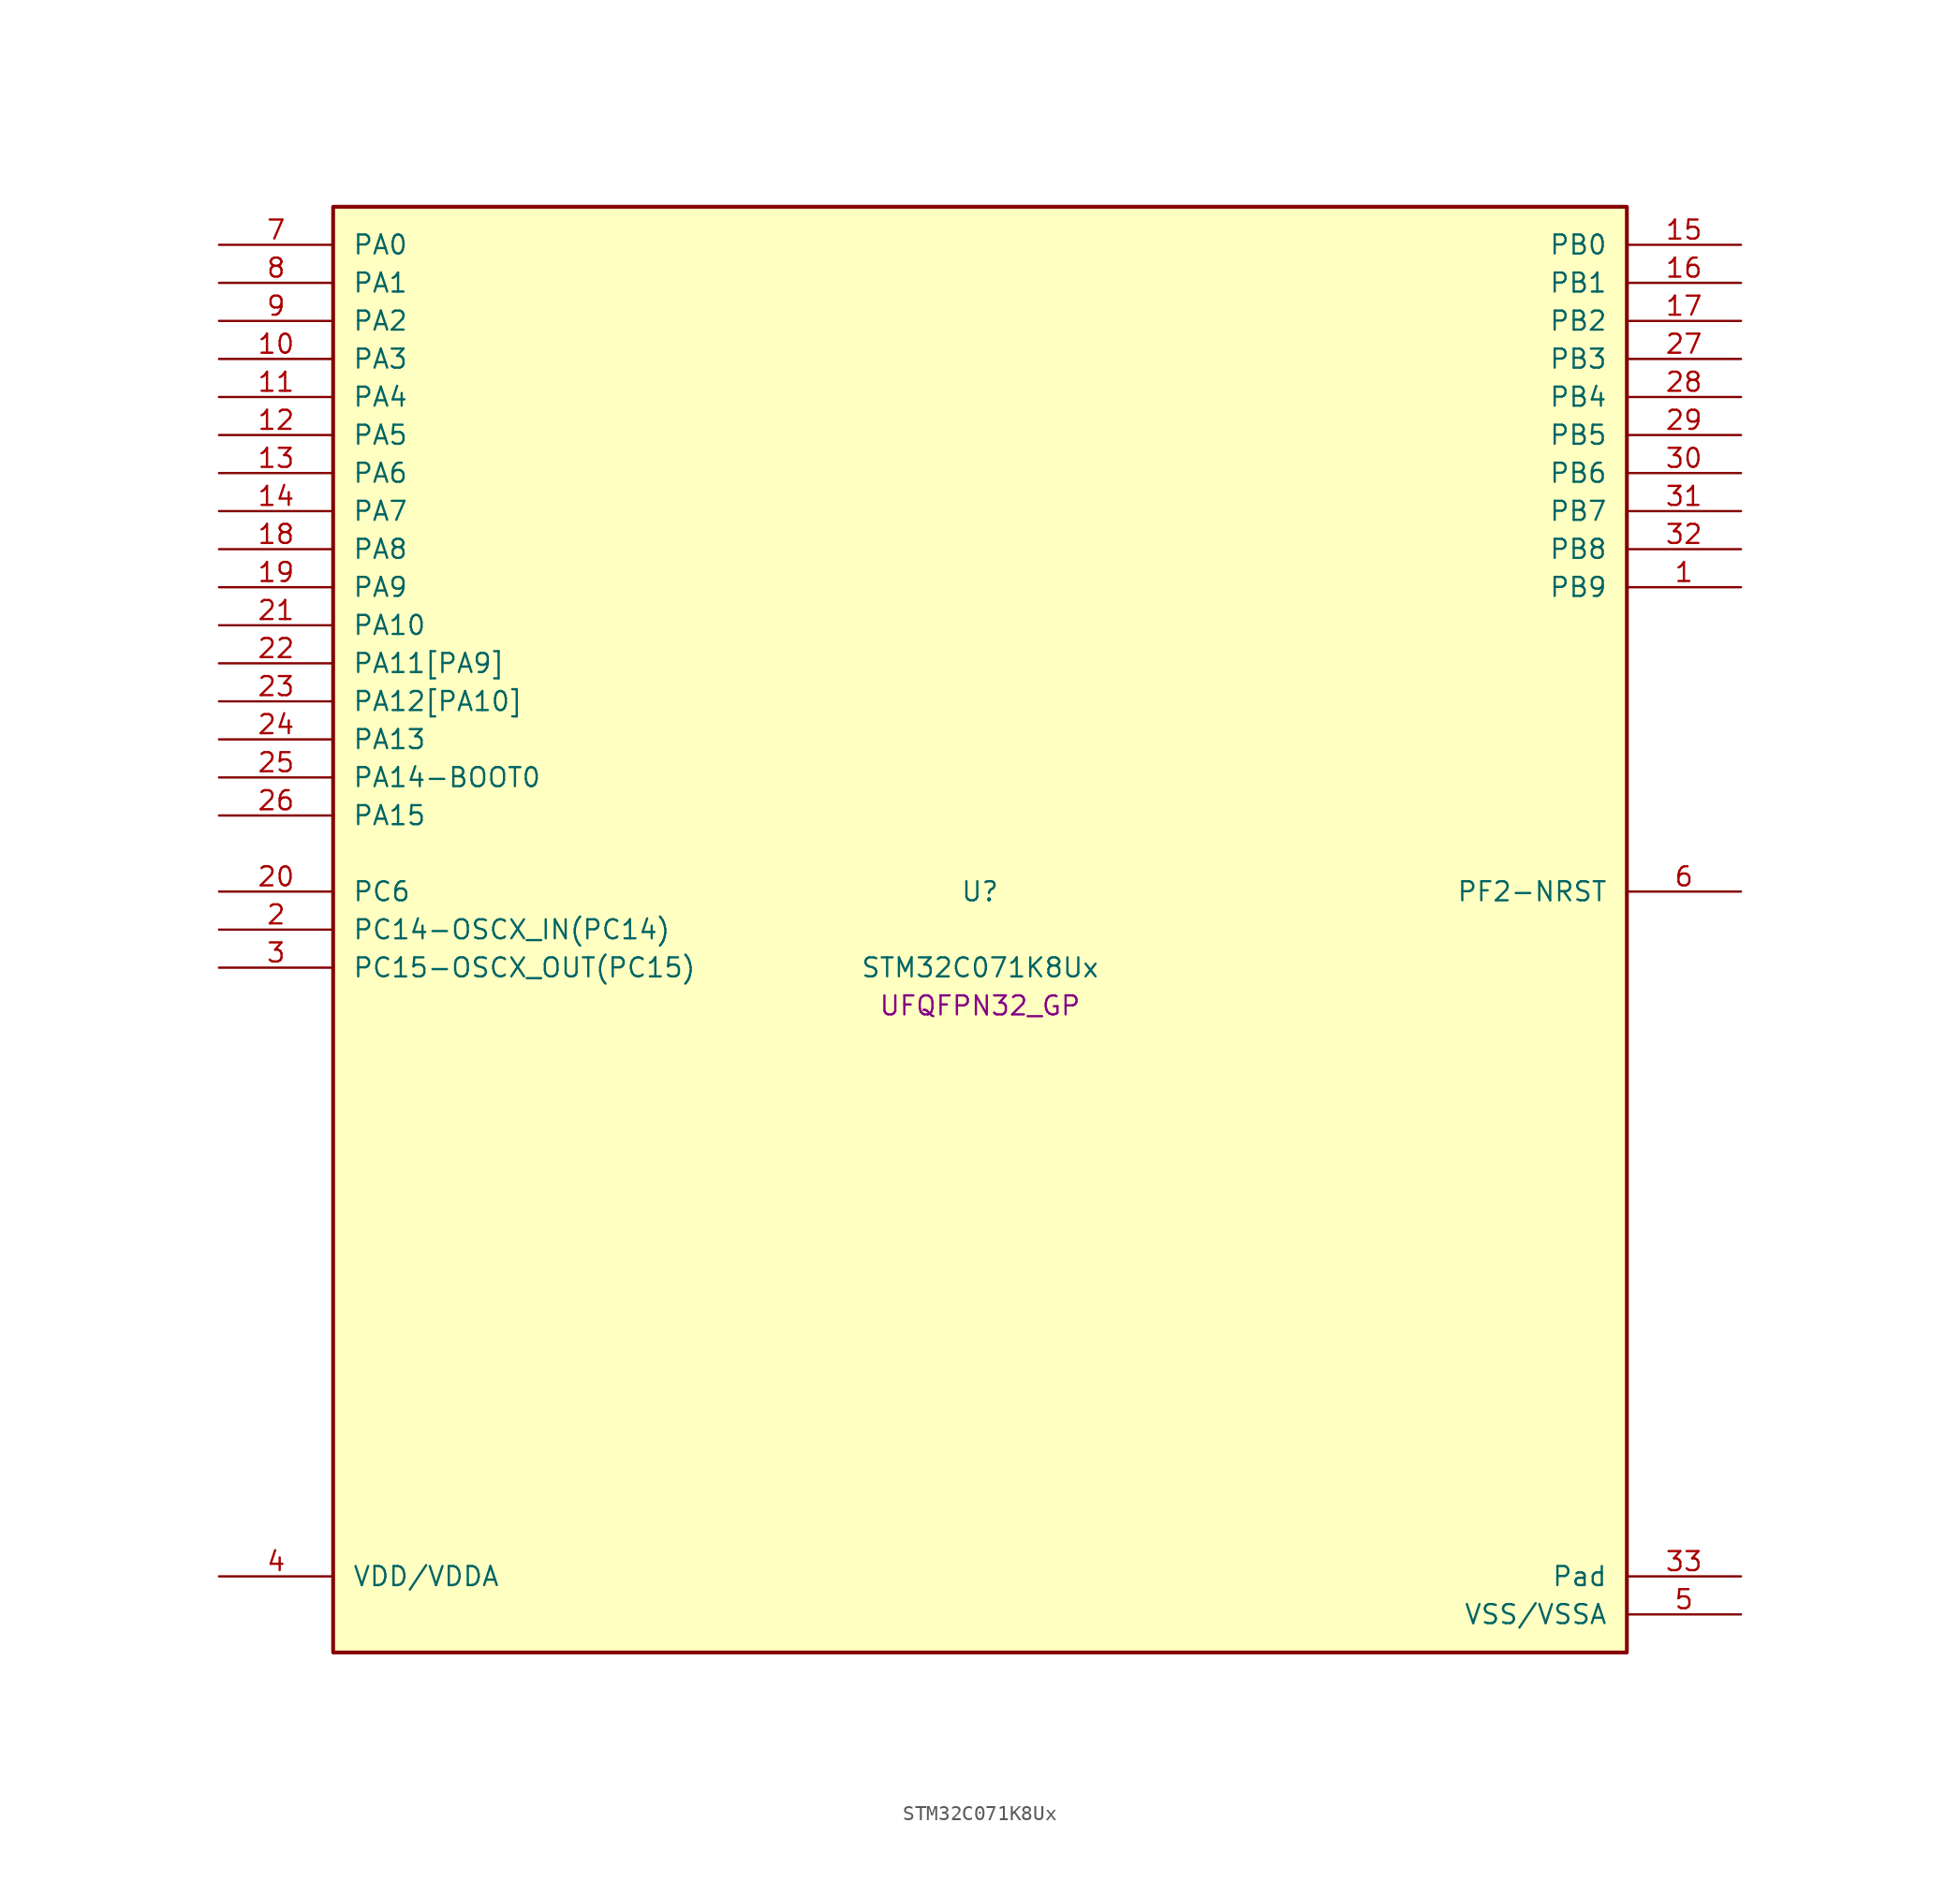
<source format=kicad_sym>
(kicad_symbol_lib
  (version 20241209)
  (generator "stm32_pkl_generator")
  (generator_version "1.0")
  (symbol "STM32C071K8Ux"
    (pin_names
      (offset 1.27))
    (property "Reference" "U"
      (at 0 2.54 0))
    (property "Value" "STM32C071K8Ux"
      (at 0 -2.54 0))
    (property "Footprint" "UFQFPN32_GP"
      (at 0 -5.08 0))
    (symbol "STM32C071K8Ux_1_1"
      (rectangle (start -43.18 48.26) (end 43.18 -48.26) (stroke (width 0.254) (type solid)) (fill (type background)))
      (pin bidirectional line (at -50.8 45.72 0) (length 7.62) (name "PA0") (number "7") (alternate "PA0/ADC1_IN0" bidirectional line) (alternate "PA0/PWR_WKUP1" bidirectional line) (alternate "PA0/SPI2_SCK" bidirectional line) (alternate "PA0/TIM16_CH1" bidirectional line) (alternate "PA0/TIM1_CH1" bidirectional line) (alternate "PA0/TIM2_CH1" bidirectional line) (alternate "PA0/TIM2_ETR" bidirectional line) (alternate "PA0/USART1_TX" bidirectional line) (alternate "PA0/USART2_CTS" bidirectional line) (alternate "PA0/USART2_NSS" bidirectional line))
      (pin bidirectional line (at -50.8 43.18 0) (length 7.62) (name "PA1") (number "8") (alternate "PA1/ADC1_IN1" bidirectional line) (alternate "PA1/I2C1_SMBA" bidirectional line) (alternate "PA1/I2S1_CK" bidirectional line) (alternate "PA1/SPI1_SCK" bidirectional line) (alternate "PA1/TIM17_CH1" bidirectional line) (alternate "PA1/TIM1_CH2" bidirectional line) (alternate "PA1/TIM2_CH2" bidirectional line) (alternate "PA1/USART1_RX" bidirectional line) (alternate "PA1/USART2_CK" bidirectional line) (alternate "PA1/USART2_DE" bidirectional line) (alternate "PA1/USART2_RTS" bidirectional line))
      (pin bidirectional line (at -50.8 40.64 0) (length 7.62) (name "PA2") (number "9") (alternate "PA2/ADC1_IN2" bidirectional line) (alternate "PA2/I2S1_SD" bidirectional line) (alternate "PA2/PWR_WKUP4" bidirectional line) (alternate "PA2/RCC_LSCO" bidirectional line) (alternate "PA2/SPI1_MOSI" bidirectional line) (alternate "PA2/TIM16_CH1N" bidirectional line) (alternate "PA2/TIM1_CH3" bidirectional line) (alternate "PA2/TIM2_CH3" bidirectional line) (alternate "PA2/TIM3_ETR" bidirectional line) (alternate "PA2/USART2_TX" bidirectional line))
      (pin bidirectional line (at -50.8 38.1 0) (length 7.62) (name "PA3") (number "10") (alternate "PA3/ADC1_IN3" bidirectional line) (alternate "PA3/SPI2_MISO" bidirectional line) (alternate "PA3/TIM1_CH1N" bidirectional line) (alternate "PA3/TIM1_CH4" bidirectional line) (alternate "PA3/TIM2_CH4" bidirectional line) (alternate "PA3/USART2_RX" bidirectional line))
      (pin bidirectional line (at -50.8 35.56 0) (length 7.62) (name "PA4") (number "11") (alternate "PA4/ADC1_IN4" bidirectional line) (alternate "PA4/I2S1_WS" bidirectional line) (alternate "PA4/PWR_WKUP2" bidirectional line) (alternate "PA4/RTC_OUT1" bidirectional line) (alternate "PA4/RTC_TS" bidirectional line) (alternate "PA4/SPI1_NSS" bidirectional line) (alternate "PA4/SPI2_MOSI" bidirectional line) (alternate "PA4/TIM14_CH1" bidirectional line) (alternate "PA4/TIM17_CH1N" bidirectional line) (alternate "PA4/TIM1_CH2N" bidirectional line) (alternate "PA4/USART2_TX" bidirectional line) (alternate "PA4/USB_NOE" bidirectional line))
      (pin bidirectional line (at -50.8 33.02 0) (length 7.62) (name "PA5") (number "12") (alternate "PA5/ADC1_IN5" bidirectional line) (alternate "PA5/I2S1_CK" bidirectional line) (alternate "PA5/SPI1_SCK" bidirectional line) (alternate "PA5/TIM1_CH1" bidirectional line) (alternate "PA5/TIM1_CH3N" bidirectional line) (alternate "PA5/TIM2_CH1" bidirectional line) (alternate "PA5/TIM2_ETR" bidirectional line) (alternate "PA5/USART2_RX" bidirectional line))
      (pin bidirectional line (at -50.8 30.48 0) (length 7.62) (name "PA6") (number "13") (alternate "PA6/ADC1_IN6" bidirectional line) (alternate "PA6/I2C2_SDA" bidirectional line) (alternate "PA6/I2S1_MCK" bidirectional line) (alternate "PA6/SPI1_MISO" bidirectional line) (alternate "PA6/TIM16_CH1" bidirectional line) (alternate "PA6/TIM1_BKIN" bidirectional line) (alternate "PA6/TIM3_CH1" bidirectional line))
      (pin bidirectional line (at -50.8 27.94 0) (length 7.62) (name "PA7") (number "14") (alternate "PA7/ADC1_IN7" bidirectional line) (alternate "PA7/I2C2_SCL" bidirectional line) (alternate "PA7/I2S1_SD" bidirectional line) (alternate "PA7/SPI1_MOSI" bidirectional line) (alternate "PA7/TIM14_CH1" bidirectional line) (alternate "PA7/TIM17_CH1" bidirectional line) (alternate "PA7/TIM1_CH1N" bidirectional line) (alternate "PA7/TIM3_CH2" bidirectional line))
      (pin bidirectional line (at -50.8 25.4 0) (length 7.62) (name "PA8") (number "18") (alternate "PA8/ADC1_IN8" bidirectional line) (alternate "PA8/CRS_SYNC" bidirectional line) (alternate "PA8/I2S1_WS" bidirectional line) (alternate "PA8/RCC_MCO" bidirectional line) (alternate "PA8/RCC_MCO_2" bidirectional line) (alternate "PA8/SPI1_NSS" bidirectional line) (alternate "PA8/SPI2_MISO" bidirectional line) (alternate "PA8/SPI2_NSS" bidirectional line) (alternate "PA8/TIM14_CH1" bidirectional line) (alternate "PA8/TIM1_CH1" bidirectional line) (alternate "PA8/TIM1_CH2N" bidirectional line) (alternate "PA8/TIM1_CH3N" bidirectional line) (alternate "PA8/TIM3_CH3" bidirectional line) (alternate "PA8/TIM3_CH4" bidirectional line) (alternate "PA8/USART1_RX" bidirectional line) (alternate "PA8/USART2_TX" bidirectional line))
      (pin bidirectional line (at -50.8 22.86 0) (length 7.62) (name "PA9") (number "19") (alternate "PA9/I2C1_SCL" bidirectional line) (alternate "PA9/I2C2_SCL" bidirectional line) (alternate "PA9/RCC_MCO" bidirectional line) (alternate "PA9/SPI2_MISO" bidirectional line) (alternate "PA9/TIM1_CH2" bidirectional line) (alternate "PA9/TIM3_ETR" bidirectional line) (alternate "PA9/USART1_TX" bidirectional line) (alternate "PA9/NC" bidirectional line))
      (pin bidirectional line (at -50.8 20.32 0) (length 7.62) (name "PA10") (number "21") (alternate "PA10/I2C1_SDA" bidirectional line) (alternate "PA10/I2C2_SDA" bidirectional line) (alternate "PA10/RCC_MCO_2" bidirectional line) (alternate "PA10/SPI2_MOSI" bidirectional line) (alternate "PA10/TIM17_BKIN" bidirectional line) (alternate "PA10/TIM1_CH3" bidirectional line) (alternate "PA10/USART1_RX" bidirectional line) (alternate "PA10/NC" bidirectional line))
      (pin bidirectional line (at -50.8 17.78 0) (length 7.62) (name "PA11[PA9]") (number "22") (alternate "PA11[PA9]/ADC1_EXTI11" bidirectional line) (alternate "PA11[PA9]/I2C2_SCL" bidirectional line) (alternate "PA11[PA9]/I2S1_MCK" bidirectional line) (alternate "PA11[PA9]/SPI1_MISO" bidirectional line) (alternate "PA11[PA9]/TIM1_BKIN2" bidirectional line) (alternate "PA11[PA9]/TIM1_CH4" bidirectional line) (alternate "PA11[PA9]/USART1_CTS" bidirectional line) (alternate "PA11[PA9]/USART1_NSS" bidirectional line) (alternate "PA11[PA9]/USB_DM" bidirectional line) (alternate "PA11[PA9]/PA9[PA11]" bidirectional line) (alternate "PA11[PA9]/I2C1_SCL" bidirectional line) (alternate "PA11[PA9]/RCC_MCO" bidirectional line) (alternate "PA11[PA9]/SPI2_MISO" bidirectional line) (alternate "PA11[PA9]/TIM1_CH2" bidirectional line) (alternate "PA11[PA9]/TIM3_ETR" bidirectional line) (alternate "PA11[PA9]/USART1_TX" bidirectional line))
      (pin bidirectional line (at -50.8 15.24 0) (length 7.62) (name "PA12[PA10]") (number "23") (alternate "PA12[PA10]/I2C2_SDA" bidirectional line) (alternate "PA12[PA10]/I2S1_SD" bidirectional line) (alternate "PA12[PA10]/I2S_CKIN" bidirectional line) (alternate "PA12[PA10]/SPI1_MOSI" bidirectional line) (alternate "PA12[PA10]/TIM1_ETR" bidirectional line) (alternate "PA12[PA10]/USART1_CK" bidirectional line) (alternate "PA12[PA10]/USART1_DE" bidirectional line) (alternate "PA12[PA10]/USART1_RTS" bidirectional line) (alternate "PA12[PA10]/USB_DP" bidirectional line) (alternate "PA12[PA10]/PA10[PA12]" bidirectional line) (alternate "PA12[PA10]/I2C1_SDA" bidirectional line) (alternate "PA12[PA10]/RCC_MCO_2" bidirectional line) (alternate "PA12[PA10]/SPI2_MOSI" bidirectional line) (alternate "PA12[PA10]/TIM17_BKIN" bidirectional line) (alternate "PA12[PA10]/TIM1_CH3" bidirectional line) (alternate "PA12[PA10]/USART1_RX" bidirectional line))
      (pin bidirectional line (at -50.8 12.7 0) (length 7.62) (name "PA13") (number "24") (alternate "PA13/ADC1_IN13" bidirectional line) (alternate "PA13/DEBUG_SWDIO" bidirectional line) (alternate "PA13/IR_OUT" bidirectional line) (alternate "PA13/TIM3_ETR" bidirectional line) (alternate "PA13/USART2_RX" bidirectional line) (alternate "PA13/USB_NOE" bidirectional line))
      (pin bidirectional line (at -50.8 10.16 0) (length 7.62) (name "PA14-BOOT0") (number "25") (alternate "PA14-BOOT0/ADC1_IN14" bidirectional line) (alternate "PA14-BOOT0/DEBUG_SWCLK" bidirectional line) (alternate "PA14-BOOT0/I2S1_WS" bidirectional line) (alternate "PA14-BOOT0/RCC_MCO_2" bidirectional line) (alternate "PA14-BOOT0/SPI1_NSS" bidirectional line) (alternate "PA14-BOOT0/TIM1_CH1" bidirectional line) (alternate "PA14-BOOT0/USART1_CK" bidirectional line) (alternate "PA14-BOOT0/USART1_DE" bidirectional line) (alternate "PA14-BOOT0/USART1_RTS" bidirectional line) (alternate "PA14-BOOT0/USART2_RX" bidirectional line) (alternate "PA14-BOOT0/USART2_TX" bidirectional line))
      (pin bidirectional line (at -50.8 7.62 0) (length 7.62) (name "PA15") (number "26") (alternate "PA15/I2S1_WS" bidirectional line) (alternate "PA15/RCC_MCO_2" bidirectional line) (alternate "PA15/SPI1_NSS" bidirectional line) (alternate "PA15/TIM1_CH1" bidirectional line) (alternate "PA15/TIM2_CH1" bidirectional line) (alternate "PA15/TIM2_ETR" bidirectional line) (alternate "PA15/USART1_CK" bidirectional line) (alternate "PA15/USART1_DE" bidirectional line) (alternate "PA15/USART1_RTS" bidirectional line) (alternate "PA15/USART2_RX" bidirectional line) (alternate "PA15/USB_NOE" bidirectional line))
      (pin bidirectional line (at 50.8 45.72 180) (length 7.62) (name "PB0") (number "15") (alternate "PB0/ADC1_IN17" bidirectional line) (alternate "PB0/I2S1_WS" bidirectional line) (alternate "PB0/SPI1_NSS" bidirectional line) (alternate "PB0/TIM1_CH2N" bidirectional line) (alternate "PB0/TIM3_CH3" bidirectional line))
      (pin bidirectional line (at 50.8 43.18 180) (length 7.62) (name "PB1") (number "16") (alternate "PB1/ADC1_IN18" bidirectional line) (alternate "PB1/TIM14_CH1" bidirectional line) (alternate "PB1/TIM1_CH2N" bidirectional line) (alternate "PB1/TIM1_CH3N" bidirectional line) (alternate "PB1/TIM3_CH4" bidirectional line))
      (pin bidirectional line (at 50.8 40.64 180) (length 7.62) (name "PB2") (number "17") (alternate "PB2/ADC1_IN19" bidirectional line) (alternate "PB2/RCC_MCO_2" bidirectional line) (alternate "PB2/SPI2_MISO" bidirectional line) (alternate "PB2/USART1_RX" bidirectional line))
      (pin bidirectional line (at 50.8 38.1 180) (length 7.62) (name "PB3") (number "27") (alternate "PB3/I2C2_SCL" bidirectional line) (alternate "PB3/I2S1_CK" bidirectional line) (alternate "PB3/SPI1_SCK" bidirectional line) (alternate "PB3/TIM1_CH2" bidirectional line) (alternate "PB3/TIM2_CH2" bidirectional line) (alternate "PB3/TIM3_CH2" bidirectional line) (alternate "PB3/USART1_CK" bidirectional line) (alternate "PB3/USART1_DE" bidirectional line) (alternate "PB3/USART1_RTS" bidirectional line))
      (pin bidirectional line (at 50.8 35.56 180) (length 7.62) (name "PB4") (number "28") (alternate "PB4/I2C2_SDA" bidirectional line) (alternate "PB4/I2S1_MCK" bidirectional line) (alternate "PB4/SPI1_MISO" bidirectional line) (alternate "PB4/TIM17_BKIN" bidirectional line) (alternate "PB4/TIM3_CH1" bidirectional line) (alternate "PB4/USART1_CTS" bidirectional line) (alternate "PB4/USART1_NSS" bidirectional line))
      (pin bidirectional line (at 50.8 33.02 180) (length 7.62) (name "PB5") (number "29") (alternate "PB5/I2C1_SMBA" bidirectional line) (alternate "PB5/I2S1_SD" bidirectional line) (alternate "PB5/PWR_WKUP6" bidirectional line) (alternate "PB5/SPI1_MOSI" bidirectional line) (alternate "PB5/TIM16_BKIN" bidirectional line) (alternate "PB5/TIM3_CH2" bidirectional line) (alternate "PB5/TIM3_CH3" bidirectional line))
      (pin bidirectional line (at 50.8 30.48 180) (length 7.62) (name "PB6") (number "30") (alternate "PB6/I2C1_SCL" bidirectional line) (alternate "PB6/I2C1_SMBA" bidirectional line) (alternate "PB6/I2S1_CK" bidirectional line) (alternate "PB6/I2S1_MCK" bidirectional line) (alternate "PB6/I2S1_SD" bidirectional line) (alternate "PB6/PWR_WKUP3" bidirectional line) (alternate "PB6/SPI1_MISO" bidirectional line) (alternate "PB6/SPI1_MOSI" bidirectional line) (alternate "PB6/SPI1_SCK" bidirectional line) (alternate "PB6/SPI2_MISO" bidirectional line) (alternate "PB6/TIM16_BKIN" bidirectional line) (alternate "PB6/TIM16_CH1N" bidirectional line) (alternate "PB6/TIM17_BKIN" bidirectional line) (alternate "PB6/TIM1_CH2" bidirectional line) (alternate "PB6/TIM1_CH3" bidirectional line) (alternate "PB6/TIM3_CH1" bidirectional line) (alternate "PB6/TIM3_CH2" bidirectional line) (alternate "PB6/TIM3_CH3" bidirectional line) (alternate "PB6/USART1_CTS" bidirectional line) (alternate "PB6/USART1_NSS" bidirectional line) (alternate "PB6/USART1_TX" bidirectional line))
      (pin bidirectional line (at 50.8 27.94 180) (length 7.62) (name "PB7") (number "31") (alternate "PB7/I2C1_SCL" bidirectional line) (alternate "PB7/I2C1_SDA" bidirectional line) (alternate "PB7/RTC_REFIN" bidirectional line) (alternate "PB7/SPI2_MOSI" bidirectional line) (alternate "PB7/TIM16_CH1" bidirectional line) (alternate "PB7/TIM17_CH1N" bidirectional line) (alternate "PB7/TIM1_CH4" bidirectional line) (alternate "PB7/TIM3_CH1" bidirectional line) (alternate "PB7/TIM3_CH4" bidirectional line) (alternate "PB7/USART1_RX" bidirectional line) (alternate "PB7/USART2_CTS" bidirectional line) (alternate "PB7/USART2_NSS" bidirectional line))
      (pin bidirectional line (at 50.8 25.4 180) (length 7.62) (name "PB8") (number "32") (alternate "PB8/I2C1_SCL" bidirectional line) (alternate "PB8/SPI2_SCK" bidirectional line) (alternate "PB8/TIM16_CH1" bidirectional line) (alternate "PB8/TIM3_CH1" bidirectional line) (alternate "PB8/USART2_CTS" bidirectional line) (alternate "PB8/USART2_NSS" bidirectional line))
      (pin bidirectional line (at 50.8 22.86 180) (length 7.62) (name "PB9") (number "1") (alternate "PB9/I2C1_SDA" bidirectional line) (alternate "PB9/IR_OUT" bidirectional line) (alternate "PB9/SPI2_NSS" bidirectional line) (alternate "PB9/TIM17_CH1" bidirectional line) (alternate "PB9/TIM3_CH2" bidirectional line) (alternate "PB9/USART2_CK" bidirectional line) (alternate "PB9/USART2_DE" bidirectional line) (alternate "PB9/USART2_RTS" bidirectional line))
      (pin bidirectional line (at -50.8 2.54 0) (length 7.62) (name "PC6") (number "20") (alternate "PC6/TIM2_CH3" bidirectional line) (alternate "PC6/TIM3_CH1" bidirectional line))
      (pin bidirectional line (at -50.8 0 0) (length 7.62) (name "PC14-OSCX_IN(PC14)") (number "2") (alternate "PC14-OSCX_IN(PC14)/I2C1_SDA" bidirectional line) (alternate "PC14-OSCX_IN(PC14)/IR_OUT" bidirectional line) (alternate "PC14-OSCX_IN(PC14)/RCC_OSCX_IN" bidirectional line) (alternate "PC14-OSCX_IN(PC14)/SPI2_NSS" bidirectional line) (alternate "PC14-OSCX_IN(PC14)/TIM17_CH1" bidirectional line) (alternate "PC14-OSCX_IN(PC14)/TIM1_BKIN2" bidirectional line) (alternate "PC14-OSCX_IN(PC14)/TIM1_ETR" bidirectional line) (alternate "PC14-OSCX_IN(PC14)/TIM3_CH2" bidirectional line) (alternate "PC14-OSCX_IN(PC14)/USART1_TX" bidirectional line) (alternate "PC14-OSCX_IN(PC14)/USART2_CK" bidirectional line) (alternate "PC14-OSCX_IN(PC14)/USART2_DE" bidirectional line) (alternate "PC14-OSCX_IN(PC14)/USART2_RTS" bidirectional line))
      (pin bidirectional line (at -50.8 -2.54 0) (length 7.62) (name "PC15-OSCX_OUT(PC15)") (number "3") (alternate "PC15-OSCX_OUT(PC15)/RCC_OSC32_EN" bidirectional line) (alternate "PC15-OSCX_OUT(PC15)/RCC_OSCX_OUT" bidirectional line) (alternate "PC15-OSCX_OUT(PC15)/RCC_OSC_EN" bidirectional line) (alternate "PC15-OSCX_OUT(PC15)/TIM1_ETR" bidirectional line) (alternate "PC15-OSCX_OUT(PC15)/TIM3_CH3" bidirectional line))
      (pin bidirectional line (at 50.8 2.54 180) (length 7.62) (name "PF2-NRST") (number "6") (alternate "PF2-NRST/RCC_MCO" bidirectional line) (alternate "PF2-NRST/TIM1_CH4" bidirectional line))
      (pin power_in line (at -50.8 -43.18 0) (length 7.62) (name "VDD/VDDA") (number "4"))
      (pin passive line (at 50.8 -43.18 180) (length 7.62) (name "Pad") (number "33"))
      (pin power_in line (at 50.8 -45.72 180) (length 7.62) (name "VSS/VSSA") (number "5")))))
</source>
